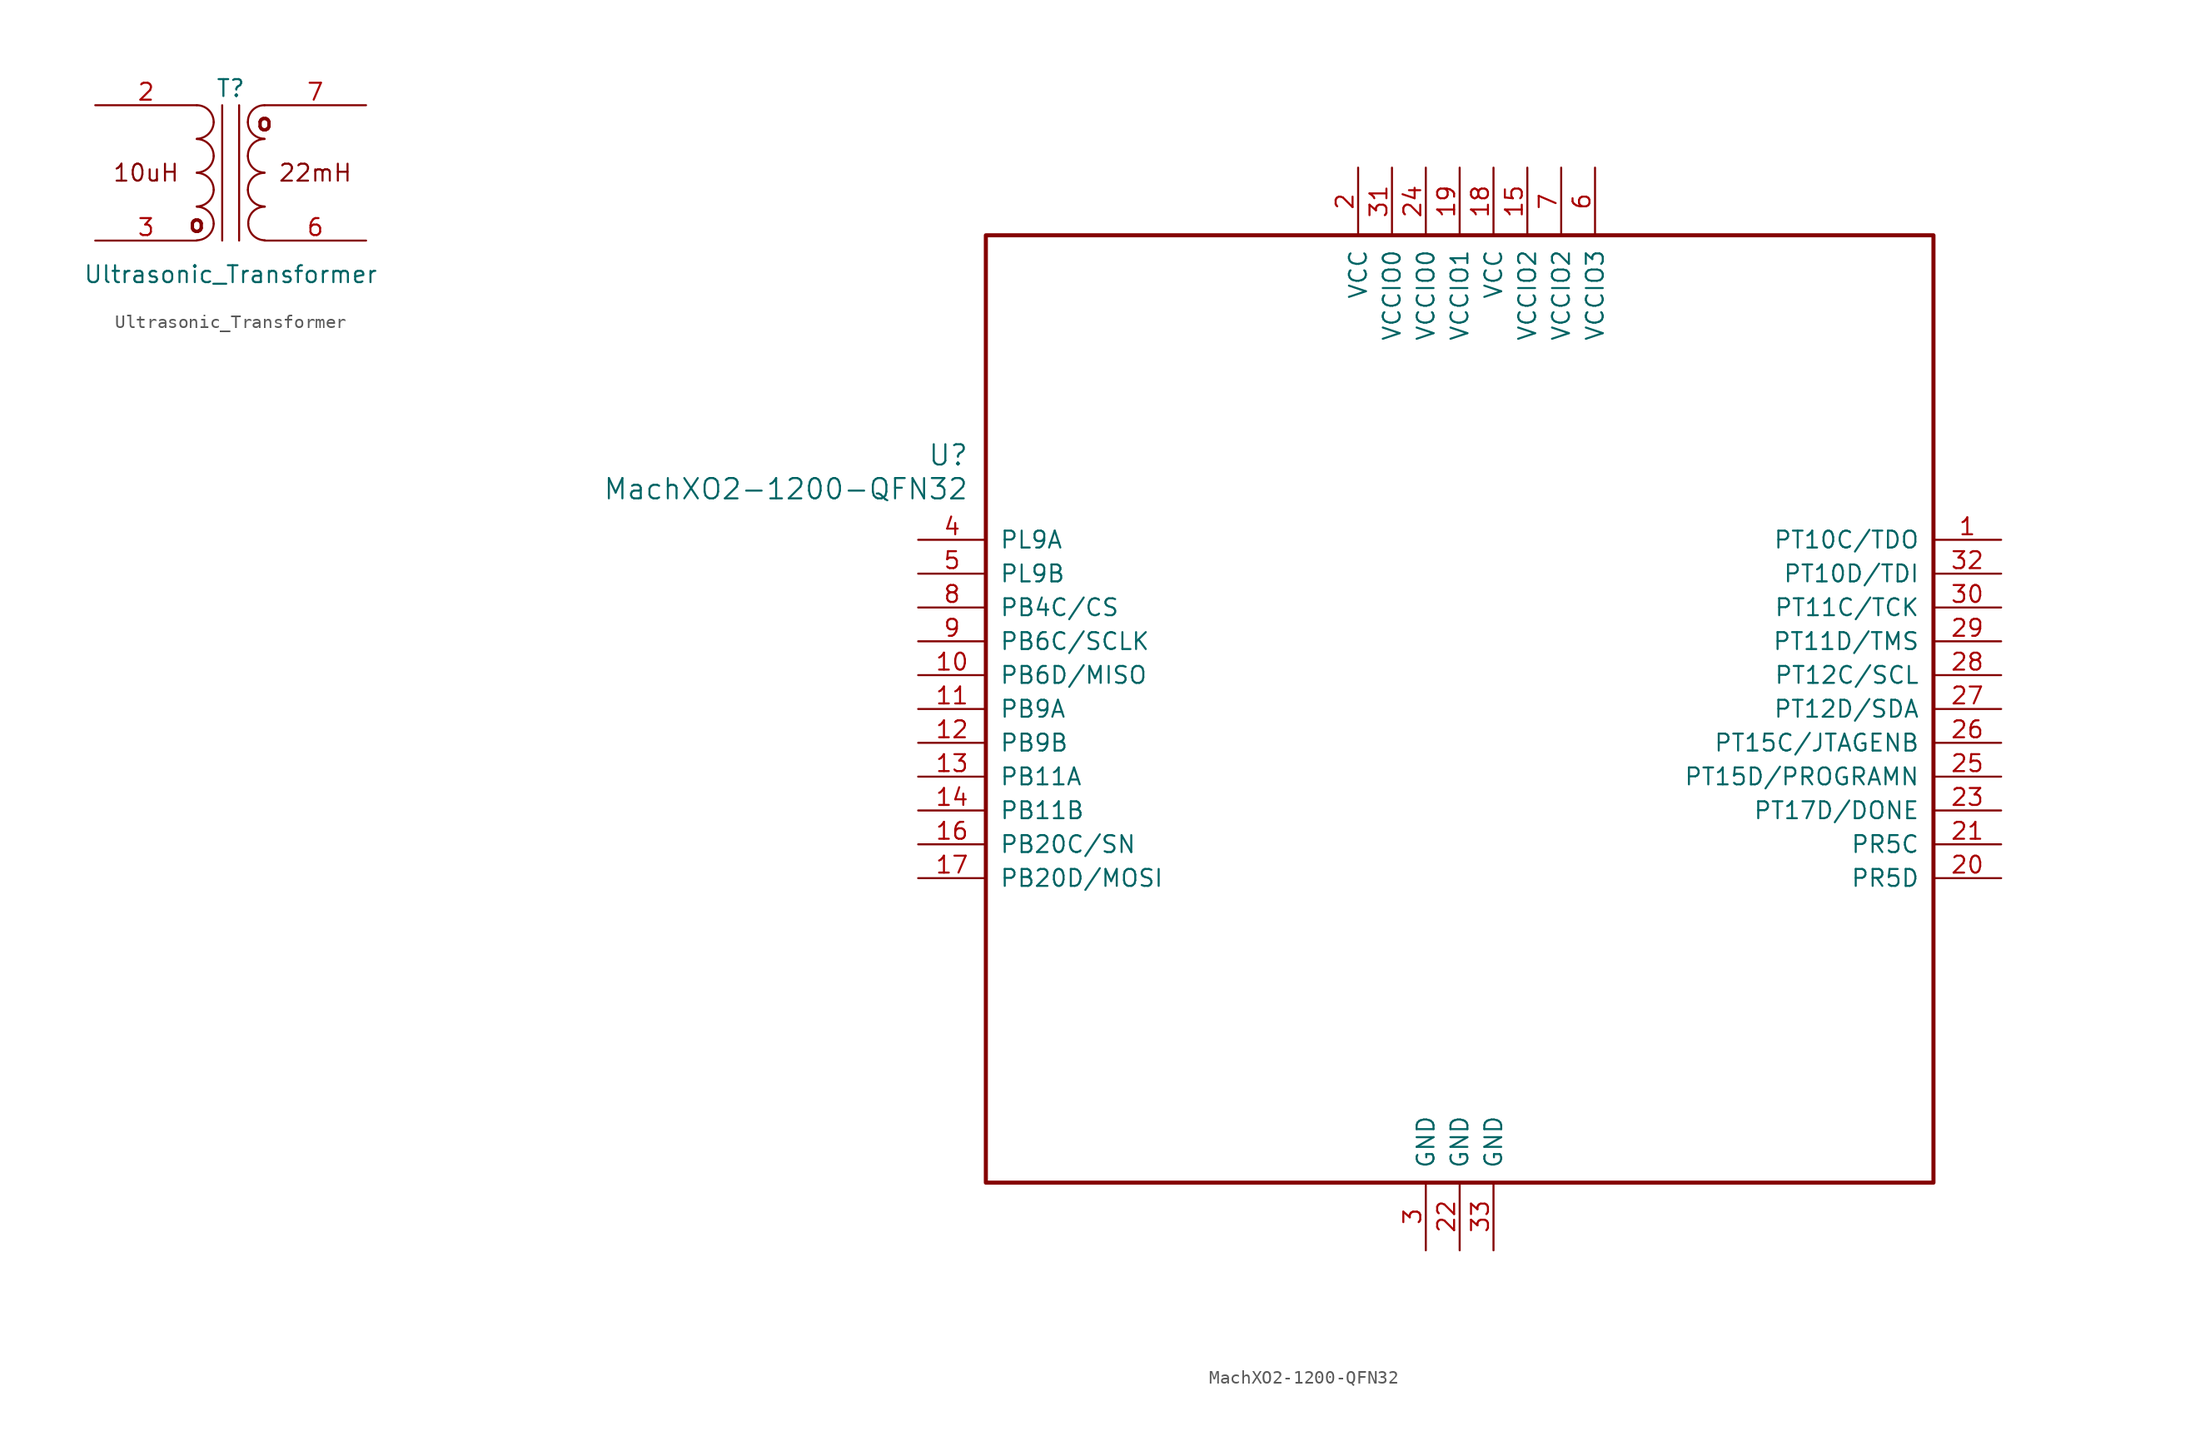
<source format=kicad_sym>
(kicad_symbol_lib
  (version 20211014)
  (generator kicad_symbol_editor)
  (symbol "Ultrasonic_Transformer"
    (pin_names
      (offset 1.016) hide)
    (property "Reference" "T"
      (at 0 6.35 0)
      (effects (font (size 1.27 1.27))))
    (property "Value" "Ultrasonic_Transformer"
      (at 0 -7.62 0)
      (effects (font (size 1.27 1.27))))
    (symbol "Ultrasonic_Transformer_0_0"
      (text "10uH" (at -6.35 0 0) (effects (font (size 1.27 1.27))))
      (text "22mH" (at 6.35 0 0) (effects (font (size 1.27 1.27))))
      (text "o" (at -2.54 -3.81 0) (effects (font (size 1.27 1.27) bold)))
      (text "o" (at 2.54 3.81 0) (effects (font (size 1.27 1.27) bold))))
    (symbol "Ultrasonic_Transformer_0_1"
      (arc (start -2.54 -5.0546) (mid -1.6561 -4.6863) (end -1.27 -3.81) (stroke (width 0) (type default) (color 0 0 0 0)) (fill (type none)))
      (arc (start -2.54 -2.5146) (mid -1.6561 -2.1463) (end -1.27 -1.27) (stroke (width 0) (type default) (color 0 0 0 0)) (fill (type none)))
      (arc (start -2.54 0.0254) (mid -1.6561 0.3937) (end -1.27 1.27) (stroke (width 0) (type default) (color 0 0 0 0)) (fill (type none)))
      (arc (start -2.54 2.5654) (mid -1.6561 2.9337) (end -1.27 3.81) (stroke (width 0) (type default) (color 0 0 0 0)) (fill (type none)))
      (arc (start -1.27 -3.81) (mid -1.642 -2.912) (end -2.54 -2.54) (stroke (width 0) (type default) (color 0 0 0 0)) (fill (type none)))
      (arc (start -1.27 -1.27) (mid -1.642 -0.372) (end -2.54 0) (stroke (width 0) (type default) (color 0 0 0 0)) (fill (type none)))
      (arc (start -1.27 1.27) (mid -1.642 2.168) (end -2.54 2.54) (stroke (width 0) (type default) (color 0 0 0 0)) (fill (type none)))
      (arc (start -1.27 3.81) (mid -1.642 4.708) (end -2.54 5.08) (stroke (width 0) (type default) (color 0 0 0 0)) (fill (type none)))
      (polyline (pts (xy -0.635 5.08) (xy -0.635 -5.08)) (stroke (width 0) (type default) (color 0 0 0 0)) (fill (type none)))
      (polyline (pts (xy 0.635 -5.08) (xy 0.635 5.08)) (stroke (width 0) (type default) (color 0 0 0 0)) (fill (type none)))
      (arc (start 1.2954 -1.27) (mid 1.6599 -2.1501) (end 2.54 -2.5146) (stroke (width 0) (type default) (color 0 0 0 0)) (fill (type none)))
      (arc (start 1.2954 1.27) (mid 1.6599 0.3899) (end 2.54 0.0254) (stroke (width 0) (type default) (color 0 0 0 0)) (fill (type none)))
      (arc (start 1.2954 3.81) (mid 1.6599 2.9299) (end 2.54 2.5654) (stroke (width 0) (type default) (color 0 0 0 0)) (fill (type none)))
      (arc (start 1.3208 -3.81) (mid 1.6853 -4.6901) (end 2.5654 -5.0546) (stroke (width 0) (type default) (color 0 0 0 0)) (fill (type none)))
      (arc (start 2.54 0) (mid 1.6456 -0.3683) (end 1.2954 -1.27) (stroke (width 0) (type default) (color 0 0 0 0)) (fill (type none)))
      (arc (start 2.54 2.54) (mid 1.6456 2.1717) (end 1.2954 1.27) (stroke (width 0) (type default) (color 0 0 0 0)) (fill (type none)))
      (arc (start 2.54 5.08) (mid 1.6456 4.7117) (end 1.2954 3.81) (stroke (width 0) (type default) (color 0 0 0 0)) (fill (type none)))
      (arc (start 2.5654 -2.54) (mid 1.671 -2.9083) (end 1.3208 -3.81) (stroke (width 0) (type default) (color 0 0 0 0)) (fill (type none))))
    (symbol "Ultrasonic_Transformer_1_1"
      (pin passive line (at -10.16 5.08 0) (length 7.62) (name "AA" (effects (font (size 1.27 1.27)))) (number "2" (effects (font (size 1.27 1.27)))))
      (pin passive line (at -10.16 -5.08 0) (length 7.62) (name "AB" (effects (font (size 1.27 1.27)))) (number "3" (effects (font (size 1.27 1.27)))))
      (pin passive line (at 10.16 -5.08 180) (length 7.62) (name "SA" (effects (font (size 1.27 1.27)))) (number "6" (effects (font (size 1.27 1.27)))))
      (pin passive line (at 10.16 5.08 180) (length 7.62) (name "SB" (effects (font (size 1.27 1.27)))) (number "7" (effects (font (size 1.27 1.27)))))))
  (symbol "﻿MachXO2-1200-QFN32"
    (pin_names
      (offset 1.016))
    (property "Reference" "U"
      (at 3.81 6.35 0)
      (effects (font (size 1.524 1.524)) (justify right)))
    (property "Value" "﻿MachXO2-1200-QFN32"
      (at 3.81 3.81 0)
      (effects (font (size 1.524 1.524)) (justify right)))
    (property "ki_locked" ""
      (at 0 0 0)
      (effects (font (size 1.27 1.27))))
    (symbol "﻿MachXO2-1200-QFN32_1_1"
      (rectangle (start 5.08 22.86) (end 76.2 -48.26) (stroke (width 0.305) (type default) (color 0 0 0 0)) (fill (type none)))
      (pin bidirectional line (at 81.28 0 180) (length 5.08) (name "PT10C/TDO" (effects (font (size 1.27 1.27)))) (number "1" (effects (font (size 1.27 1.27)))))
      (pin bidirectional line (at 0 -10.16 0) (length 5.08) (name "PB6D/MISO" (effects (font (size 1.27 1.27)))) (number "10" (effects (font (size 1.27 1.27)))))
      (pin bidirectional line (at 0 -12.7 0) (length 5.08) (name "PB9A" (effects (font (size 1.27 1.27)))) (number "11" (effects (font (size 1.27 1.27)))))
      (pin bidirectional line (at 0 -15.24 0) (length 5.08) (name "PB9B" (effects (font (size 1.27 1.27)))) (number "12" (effects (font (size 1.27 1.27)))))
      (pin bidirectional line (at 0 -17.78 0) (length 5.08) (name "PB11A" (effects (font (size 1.27 1.27)))) (number "13" (effects (font (size 1.27 1.27)))))
      (pin bidirectional line (at 0 -20.32 0) (length 5.08) (name "PB11B" (effects (font (size 1.27 1.27)))) (number "14" (effects (font (size 1.27 1.27)))))
      (pin bidirectional line (at 45.72 27.94 270) (length 5.08) (name "VCCIO2" (effects (font (size 1.27 1.27)))) (number "15" (effects (font (size 1.27 1.27)))))
      (pin bidirectional line (at 0 -22.86 0) (length 5.08) (name "PB20C/SN" (effects (font (size 1.27 1.27)))) (number "16" (effects (font (size 1.27 1.27)))))
      (pin bidirectional line (at 0 -25.4 0) (length 5.08) (name "PB20D/MOSI" (effects (font (size 1.27 1.27)))) (number "17" (effects (font (size 1.27 1.27)))))
      (pin bidirectional line (at 43.18 27.94 270) (length 5.08) (name "VCC" (effects (font (size 1.27 1.27)))) (number "18" (effects (font (size 1.27 1.27)))))
      (pin bidirectional line (at 40.64 27.94 270) (length 5.08) (name "VCCIO1" (effects (font (size 1.27 1.27)))) (number "19" (effects (font (size 1.27 1.27)))))
      (pin bidirectional line (at 33.02 27.94 270) (length 5.08) (name "VCC" (effects (font (size 1.27 1.27)))) (number "2" (effects (font (size 1.27 1.27)))))
      (pin bidirectional line (at 81.28 -25.4 180) (length 5.08) (name "PR5D" (effects (font (size 1.27 1.27)))) (number "20" (effects (font (size 1.27 1.27)))))
      (pin bidirectional line (at 81.28 -22.86 180) (length 5.08) (name "PR5C" (effects (font (size 1.27 1.27)))) (number "21" (effects (font (size 1.27 1.27)))))
      (pin bidirectional line (at 40.64 -53.34 90) (length 5.08) (name "GND" (effects (font (size 1.27 1.27)))) (number "22" (effects (font (size 1.27 1.27)))))
      (pin bidirectional line (at 81.28 -20.32 180) (length 5.08) (name "PT17D/DONE" (effects (font (size 1.27 1.27)))) (number "23" (effects (font (size 1.27 1.27)))))
      (pin bidirectional line (at 38.1 27.94 270) (length 5.08) (name "VCCIO0" (effects (font (size 1.27 1.27)))) (number "24" (effects (font (size 1.27 1.27)))))
      (pin bidirectional line (at 81.28 -17.78 180) (length 5.08) (name "PT15D/PROGRAMN" (effects (font (size 1.27 1.27)))) (number "25" (effects (font (size 1.27 1.27)))))
      (pin bidirectional line (at 81.28 -15.24 180) (length 5.08) (name "PT15C/JTAGENB" (effects (font (size 1.27 1.27)))) (number "26" (effects (font (size 1.27 1.27)))))
      (pin bidirectional line (at 81.28 -12.7 180) (length 5.08) (name "PT12D/SDA" (effects (font (size 1.27 1.27)))) (number "27" (effects (font (size 1.27 1.27)))))
      (pin bidirectional line (at 81.28 -10.16 180) (length 5.08) (name "PT12C/SCL" (effects (font (size 1.27 1.27)))) (number "28" (effects (font (size 1.27 1.27)))))
      (pin bidirectional line (at 81.28 -7.62 180) (length 5.08) (name "PT11D/TMS" (effects (font (size 1.27 1.27)))) (number "29" (effects (font (size 1.27 1.27)))))
      (pin bidirectional line (at 38.1 -53.34 90) (length 5.08) (name "GND" (effects (font (size 1.27 1.27)))) (number "3" (effects (font (size 1.27 1.27)))))
      (pin bidirectional line (at 81.28 -5.08 180) (length 5.08) (name "PT11C/TCK" (effects (font (size 1.27 1.27)))) (number "30" (effects (font (size 1.27 1.27)))))
      (pin bidirectional line (at 35.56 27.94 270) (length 5.08) (name "VCCIO0" (effects (font (size 1.27 1.27)))) (number "31" (effects (font (size 1.27 1.27)))))
      (pin bidirectional line (at 81.28 -2.54 180) (length 5.08) (name "PT10D/TDI" (effects (font (size 1.27 1.27)))) (number "32" (effects (font (size 1.27 1.27)))))
      (pin bidirectional line (at 43.18 -53.34 90) (length 5.08) (name "GND" (effects (font (size 1.27 1.27)))) (number "33" (effects (font (size 1.27 1.27)))))
      (pin bidirectional line (at 0 0 0) (length 5.08) (name "PL9A" (effects (font (size 1.27 1.27)))) (number "4" (effects (font (size 1.27 1.27)))))
      (pin bidirectional line (at 0 -2.54 0) (length 5.08) (name "PL9B" (effects (font (size 1.27 1.27)))) (number "5" (effects (font (size 1.27 1.27)))))
      (pin bidirectional line (at 50.8 27.94 270) (length 5.08) (name "VCCIO3" (effects (font (size 1.27 1.27)))) (number "6" (effects (font (size 1.27 1.27)))))
      (pin bidirectional line (at 48.26 27.94 270) (length 5.08) (name "VCCIO2" (effects (font (size 1.27 1.27)))) (number "7" (effects (font (size 1.27 1.27)))))
      (pin bidirectional line (at 0 -5.08 0) (length 5.08) (name "PB4C/CS" (effects (font (size 1.27 1.27)))) (number "8" (effects (font (size 1.27 1.27)))))
      (pin bidirectional line (at 0 -7.62 0) (length 5.08) (name "PB6C/SCLK" (effects (font (size 1.27 1.27)))) (number "9" (effects (font (size 1.27 1.27))))))))
</source>
